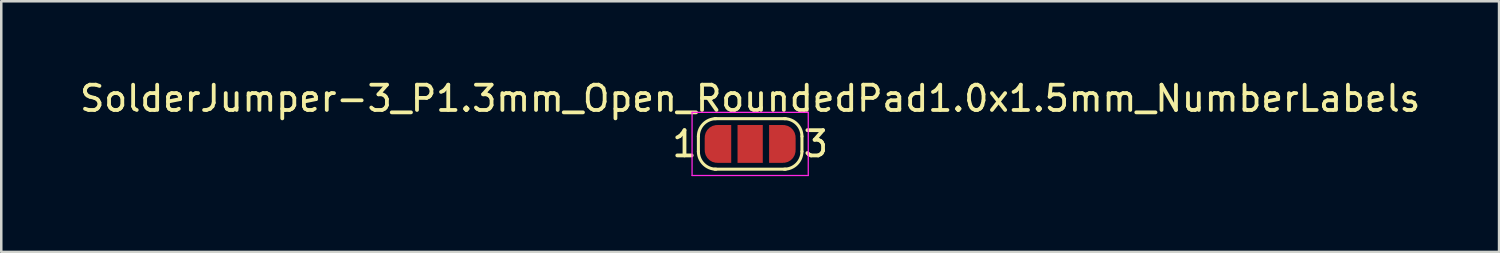
<source format=kicad_pcb>
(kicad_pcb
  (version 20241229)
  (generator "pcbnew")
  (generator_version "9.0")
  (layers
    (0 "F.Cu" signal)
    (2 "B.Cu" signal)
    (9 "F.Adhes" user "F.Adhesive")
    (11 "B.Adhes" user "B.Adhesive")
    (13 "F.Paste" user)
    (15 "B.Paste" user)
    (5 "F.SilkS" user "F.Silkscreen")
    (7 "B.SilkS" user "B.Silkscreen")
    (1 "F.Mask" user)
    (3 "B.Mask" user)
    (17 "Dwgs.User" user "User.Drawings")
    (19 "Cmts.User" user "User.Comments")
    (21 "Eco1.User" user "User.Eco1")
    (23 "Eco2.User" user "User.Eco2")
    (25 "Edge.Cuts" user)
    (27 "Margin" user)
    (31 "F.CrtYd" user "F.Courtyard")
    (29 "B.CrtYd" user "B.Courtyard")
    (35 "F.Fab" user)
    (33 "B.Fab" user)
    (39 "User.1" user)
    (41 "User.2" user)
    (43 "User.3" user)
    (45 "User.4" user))
  (footprint "SolderJumper-3_P1.3mm_Open_RoundedPad1.0x1.5mm_NumberLabels"
    (layer "F.Cu")
    (at 26.649 2.648)
    (property "Reference" "SolderJumper-3_P1.3mm_Open_RoundedPad1.0x1.5mm_NumberLabels" (at 0 -1.8 0) (layer "F.SilkS") (effects (font (size 1 1) (thickness 0.15))))
    (attr exclude_from_pos_files exclude_from_bom allow_soldermask_bridges)
    (fp_line (start -2.05 0.3) (end -2.05 -0.3) (stroke (width 0.12) (type solid)) (layer "F.SilkS"))
    (fp_line (start -1.4 -1) (end 1.4 -1) (stroke (width 0.12) (type solid)) (layer "F.SilkS"))
    (fp_line (start 1.4 1) (end -1.4 1) (stroke (width 0.12) (type solid)) (layer "F.SilkS"))
    (fp_line (start 2.05 -0.3) (end 2.05 0.3) (stroke (width 0.12) (type solid)) (layer "F.SilkS"))
    (fp_arc (start -2.05 -0.3) (mid -1.844975 -0.794975) (end -1.35 -1) (stroke (width 0.12) (type solid)) (layer "F.SilkS"))
    (fp_arc (start -1.35 1) (mid -1.844975 0.794975) (end -2.05 0.3) (stroke (width 0.12) (type solid)) (layer "F.SilkS"))
    (fp_arc (start 1.35 -1) (mid 1.844975 -0.794975) (end 2.05 -0.3) (stroke (width 0.12) (type solid)) (layer "F.SilkS"))
    (fp_arc (start 2.05 0.3) (mid 1.844975 0.794975) (end 1.35 1) (stroke (width 0.12) (type solid)) (layer "F.SilkS"))
    (fp_line (start -2.3 -1.25) (end -2.3 1.25) (stroke (width 0.05) (type solid)) (layer "F.CrtYd"))
    (fp_line (start -2.3 -1.25) (end 2.3 -1.25) (stroke (width 0.05) (type solid)) (layer "F.CrtYd"))
    (fp_line (start 2.3 1.25) (end -2.3 1.25) (stroke (width 0.05) (type solid)) (layer "F.CrtYd"))
    (fp_line (start 2.3 1.25) (end 2.3 -1.25) (stroke (width 0.05) (type solid)) (layer "F.CrtYd"))
    (fp_text user "1" (at -2.6 0 0) (layer "F.SilkS") (effects (font (size 1 1) (thickness 0.15))))
    (fp_text user "3" (at 2.6 0 0) (layer "F.SilkS") (effects (font (size 1 1) (thickness 0.15))))
    (pad "1" smd custom (at -1.3 0) (size 1 0.5) (layers "F.Cu" "F.Mask") (options (anchor rect)) (primitives (gr_circle (center 0 0.25) (end 0.5 0.25) (width 0) (fill yes)) (gr_circle (center 0 -0.25) (end 0.5 -0.25) (width 0) (fill yes)) (gr_poly (pts (xy 0.55 0.75) (xy 0 0.75) (xy 0 -0.75) (xy 0.55 -0.75)) (width 0) (fill yes))))
    (pad "2" smd rect (at 0 0) (size 1 1.5) (layers "F.Cu" "F.Mask"))
    (pad "3" smd custom (at 1.3 0) (size 1 0.5) (layers "F.Cu" "F.Mask") (options (anchor rect)) (primitives (gr_circle (center 0 0.25) (end 0.5 0.25) (width 0) (fill yes)) (gr_circle (center 0 -0.25) (end 0.5 -0.25) (width 0) (fill yes)) (gr_poly (pts (xy 0 0.75) (xy -0.55 0.75) (xy -0.55 -0.75) (xy 0 -0.75)) (width 0) (fill yes)))))
  (gr_rect
    (start -3 -3)
    (end 56.298 6.923)
    (stroke (width 0.1) (type default))
    (fill no)
    (layer "Edge.Cuts")))
</source>
